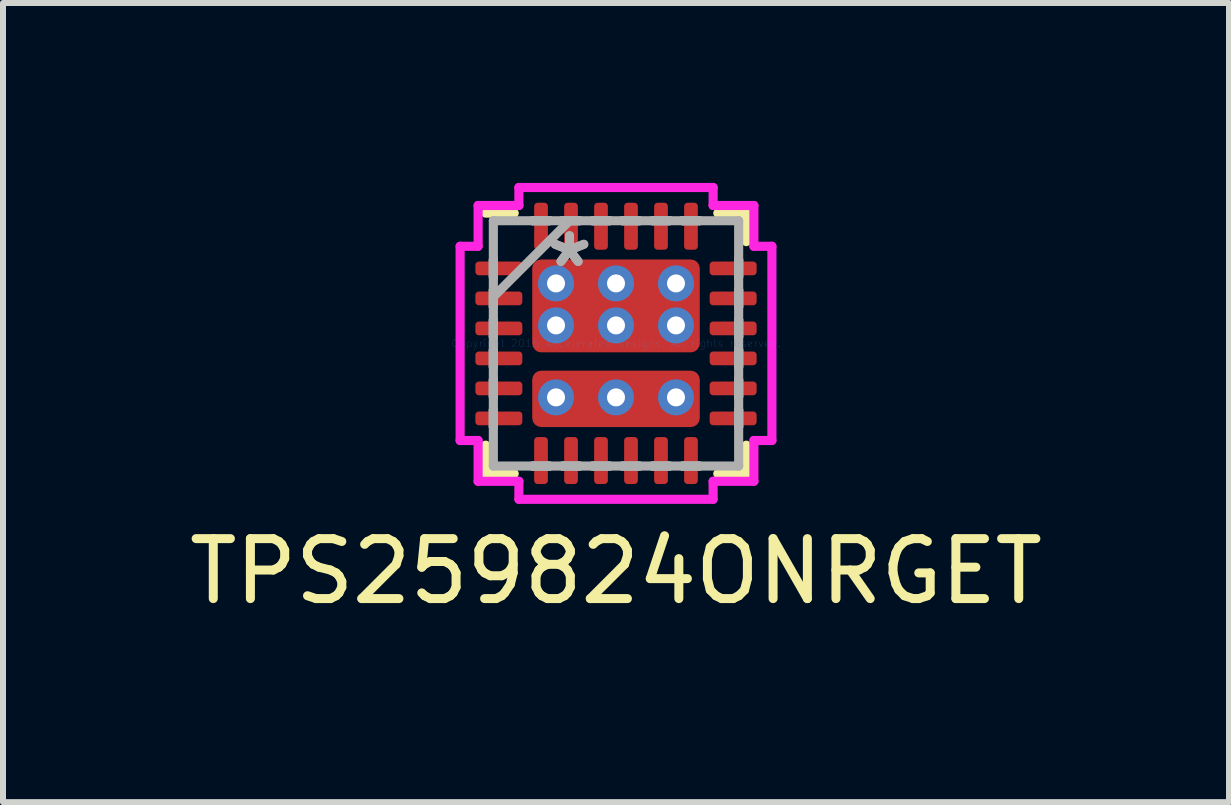
<source format=kicad_pcb>
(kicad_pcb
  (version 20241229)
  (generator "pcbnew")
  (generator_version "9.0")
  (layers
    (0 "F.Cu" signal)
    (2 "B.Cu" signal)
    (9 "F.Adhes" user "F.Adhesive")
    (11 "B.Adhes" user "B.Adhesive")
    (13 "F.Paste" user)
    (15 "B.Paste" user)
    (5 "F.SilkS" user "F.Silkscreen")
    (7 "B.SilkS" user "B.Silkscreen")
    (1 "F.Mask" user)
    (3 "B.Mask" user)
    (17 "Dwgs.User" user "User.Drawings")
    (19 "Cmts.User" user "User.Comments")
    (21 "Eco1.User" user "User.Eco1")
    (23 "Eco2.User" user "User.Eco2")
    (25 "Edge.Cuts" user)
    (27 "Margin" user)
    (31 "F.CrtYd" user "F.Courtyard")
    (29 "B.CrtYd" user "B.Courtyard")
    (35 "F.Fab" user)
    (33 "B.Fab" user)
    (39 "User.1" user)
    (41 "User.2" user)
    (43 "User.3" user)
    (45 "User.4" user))
  (footprint "TPS259824ONRGET"
    (layer "F.Cu")
    (at 7.22 2.675)
    (property "Reference" "TPS259824ONRGET" (at 0 3.8 0) (layer "F.SilkS") (effects (font (size 1 1) (thickness 0.15))))
    (attr through_hole)
    (fp_line (start -2.172 1.697) (end -2.172 2.172) (stroke (width 0.152) (type solid)) (layer "F.SilkS"))
    (fp_line (start -2.172 2.172) (end -1.697 2.172) (stroke (width 0.152) (type solid)) (layer "F.SilkS"))
    (fp_line (start -1.697 -2.172) (end -2.172 -2.172) (stroke (width 0.152) (type solid)) (layer "F.SilkS"))
    (fp_line (start 1.697 2.172) (end 2.172 2.172) (stroke (width 0.152) (type solid)) (layer "F.SilkS"))
    (fp_line (start 2.172 -2.172) (end 1.697 -2.172) (stroke (width 0.152) (type solid)) (layer "F.SilkS"))
    (fp_line (start 2.172 -1.697) (end 2.172 -2.172) (stroke (width 0.152) (type solid)) (layer "F.SilkS"))
    (fp_line (start 2.172 2.172) (end 2.172 1.697) (stroke (width 0.152) (type solid)) (layer "F.SilkS"))
    (fp_poly (pts (xy -0.15 0.05) (xy -1.3 0.05) (xy -1.3 -1.3) (xy -0.15 -1.3)) (stroke (width 0.1) (type solid)) (fill yes) (layer "F.Paste"))
    (fp_poly (pts (xy -0.15 1.3) (xy -1.3 1.3) (xy -1.3 0.55) (xy -0.15 0.55)) (stroke (width 0.1) (type solid)) (fill yes) (layer "F.Paste"))
    (fp_poly (pts (xy 1.3 0.05) (xy 0.15 0.05) (xy 0.15 -1.3) (xy 1.3 -1.3)) (stroke (width 0.1) (type solid)) (fill yes) (layer "F.Paste"))
    (fp_poly (pts (xy 1.3 1.3) (xy 0.15 1.3) (xy 0.15 0.55) (xy 1.3 0.55)) (stroke (width 0.1) (type solid)) (fill yes) (layer "F.Paste"))
    (fp_line (start -2.599 -1.619) (end -2.299 -1.619) (stroke (width 0.152) (type solid)) (layer "F.CrtYd"))
    (fp_line (start -2.599 1.619) (end -2.599 -1.619) (stroke (width 0.152) (type solid)) (layer "F.CrtYd"))
    (fp_line (start -2.299 -2.299) (end -1.619 -2.299) (stroke (width 0.152) (type solid)) (layer "F.CrtYd"))
    (fp_line (start -2.299 -1.619) (end -2.299 -2.299) (stroke (width 0.152) (type solid)) (layer "F.CrtYd"))
    (fp_line (start -2.299 1.619) (end -2.599 1.619) (stroke (width 0.152) (type solid)) (layer "F.CrtYd"))
    (fp_line (start -2.299 2.299) (end -2.299 1.619) (stroke (width 0.152) (type solid)) (layer "F.CrtYd"))
    (fp_line (start -1.619 -2.599) (end 1.619 -2.599) (stroke (width 0.152) (type solid)) (layer "F.CrtYd"))
    (fp_line (start -1.619 -2.299) (end -1.619 -2.599) (stroke (width 0.152) (type solid)) (layer "F.CrtYd"))
    (fp_line (start -1.619 2.299) (end -2.299 2.299) (stroke (width 0.152) (type solid)) (layer "F.CrtYd"))
    (fp_line (start -1.619 2.599) (end -1.619 2.299) (stroke (width 0.152) (type solid)) (layer "F.CrtYd"))
    (fp_line (start 1.619 -2.599) (end 1.619 -2.299) (stroke (width 0.152) (type solid)) (layer "F.CrtYd"))
    (fp_line (start 1.619 -2.299) (end 2.299 -2.299) (stroke (width 0.152) (type solid)) (layer "F.CrtYd"))
    (fp_line (start 1.619 2.299) (end 1.619 2.599) (stroke (width 0.152) (type solid)) (layer "F.CrtYd"))
    (fp_line (start 1.619 2.599) (end -1.619 2.599) (stroke (width 0.152) (type solid)) (layer "F.CrtYd"))
    (fp_line (start 2.299 -2.299) (end 2.299 -1.619) (stroke (width 0.152) (type solid)) (layer "F.CrtYd"))
    (fp_line (start 2.299 -1.619) (end 2.599 -1.619) (stroke (width 0.152) (type solid)) (layer "F.CrtYd"))
    (fp_line (start 2.299 1.619) (end 2.299 2.299) (stroke (width 0.152) (type solid)) (layer "F.CrtYd"))
    (fp_line (start 2.299 2.299) (end 1.619 2.299) (stroke (width 0.152) (type solid)) (layer "F.CrtYd"))
    (fp_line (start 2.599 -1.619) (end 2.599 1.619) (stroke (width 0.152) (type solid)) (layer "F.CrtYd"))
    (fp_line (start 2.599 1.619) (end 2.299 1.619) (stroke (width 0.152) (type solid)) (layer "F.CrtYd"))
    (fp_line (start -2.045 -2.045) (end -2.045 2.045) (stroke (width 0.152) (type solid)) (layer "F.Fab"))
    (fp_line (start -2.045 -1.39) (end -2.045 -1.39) (stroke (width 0.152) (type solid)) (layer "F.Fab"))
    (fp_line (start -2.045 -1.39) (end -2.045 -1.11) (stroke (width 0.152) (type solid)) (layer "F.Fab"))
    (fp_line (start -2.045 -1.11) (end -2.045 -1.39) (stroke (width 0.152) (type solid)) (layer "F.Fab"))
    (fp_line (start -2.045 -1.11) (end -2.045 -1.11) (stroke (width 0.152) (type solid)) (layer "F.Fab"))
    (fp_line (start -2.045 -0.89) (end -2.045 -0.89) (stroke (width 0.152) (type solid)) (layer "F.Fab"))
    (fp_line (start -2.045 -0.89) (end -2.045 -0.61) (stroke (width 0.152) (type solid)) (layer "F.Fab"))
    (fp_line (start -2.045 -0.775) (end -0.775 -2.045) (stroke (width 0.152) (type solid)) (layer "F.Fab"))
    (fp_line (start -2.045 -0.61) (end -2.045 -0.89) (stroke (width 0.152) (type solid)) (layer "F.Fab"))
    (fp_line (start -2.045 -0.61) (end -2.045 -0.61) (stroke (width 0.152) (type solid)) (layer "F.Fab"))
    (fp_line (start -2.045 -0.39) (end -2.045 -0.39) (stroke (width 0.152) (type solid)) (layer "F.Fab"))
    (fp_line (start -2.045 -0.39) (end -2.045 -0.11) (stroke (width 0.152) (type solid)) (layer "F.Fab"))
    (fp_line (start -2.045 -0.11) (end -2.045 -0.39) (stroke (width 0.152) (type solid)) (layer "F.Fab"))
    (fp_line (start -2.045 -0.11) (end -2.045 -0.11) (stroke (width 0.152) (type solid)) (layer "F.Fab"))
    (fp_line (start -2.045 0.11) (end -2.045 0.11) (stroke (width 0.152) (type solid)) (layer "F.Fab"))
    (fp_line (start -2.045 0.11) (end -2.045 0.39) (stroke (width 0.152) (type solid)) (layer "F.Fab"))
    (fp_line (start -2.045 0.39) (end -2.045 0.11) (stroke (width 0.152) (type solid)) (layer "F.Fab"))
    (fp_line (start -2.045 0.39) (end -2.045 0.39) (stroke (width 0.152) (type solid)) (layer "F.Fab"))
    (fp_line (start -2.045 0.61) (end -2.045 0.61) (stroke (width 0.152) (type solid)) (layer "F.Fab"))
    (fp_line (start -2.045 0.61) (end -2.045 0.89) (stroke (width 0.152) (type solid)) (layer "F.Fab"))
    (fp_line (start -2.045 0.89) (end -2.045 0.61) (stroke (width 0.152) (type solid)) (layer "F.Fab"))
    (fp_line (start -2.045 0.89) (end -2.045 0.89) (stroke (width 0.152) (type solid)) (layer "F.Fab"))
    (fp_line (start -2.045 1.11) (end -2.045 1.11) (stroke (width 0.152) (type solid)) (layer "F.Fab"))
    (fp_line (start -2.045 1.11) (end -2.045 1.39) (stroke (width 0.152) (type solid)) (layer "F.Fab"))
    (fp_line (start -2.045 1.39) (end -2.045 1.11) (stroke (width 0.152) (type solid)) (layer "F.Fab"))
    (fp_line (start -2.045 1.39) (end -2.045 1.39) (stroke (width 0.152) (type solid)) (layer "F.Fab"))
    (fp_line (start -2.045 2.045) (end 2.045 2.045) (stroke (width 0.152) (type solid)) (layer "F.Fab"))
    (fp_line (start -1.39 -2.045) (end -1.39 -2.045) (stroke (width 0.152) (type solid)) (layer "F.Fab"))
    (fp_line (start -1.39 -2.045) (end -1.11 -2.045) (stroke (width 0.152) (type solid)) (layer "F.Fab"))
    (fp_line (start -1.39 2.045) (end -1.39 2.045) (stroke (width 0.152) (type solid)) (layer "F.Fab"))
    (fp_line (start -1.39 2.045) (end -1.11 2.045) (stroke (width 0.152) (type solid)) (layer "F.Fab"))
    (fp_line (start -1.11 -2.045) (end -1.39 -2.045) (stroke (width 0.152) (type solid)) (layer "F.Fab"))
    (fp_line (start -1.11 -2.045) (end -1.11 -2.045) (stroke (width 0.152) (type solid)) (layer "F.Fab"))
    (fp_line (start -1.11 2.045) (end -1.39 2.045) (stroke (width 0.152) (type solid)) (layer "F.Fab"))
    (fp_line (start -1.11 2.045) (end -1.11 2.045) (stroke (width 0.152) (type solid)) (layer "F.Fab"))
    (fp_line (start -0.89 -2.045) (end -0.89 -2.045) (stroke (width 0.152) (type solid)) (layer "F.Fab"))
    (fp_line (start -0.89 -2.045) (end -0.61 -2.045) (stroke (width 0.152) (type solid)) (layer "F.Fab"))
    (fp_line (start -0.89 2.045) (end -0.89 2.045) (stroke (width 0.152) (type solid)) (layer "F.Fab"))
    (fp_line (start -0.89 2.045) (end -0.61 2.045) (stroke (width 0.152) (type solid)) (layer "F.Fab"))
    (fp_line (start -0.61 -2.045) (end -0.89 -2.045) (stroke (width 0.152) (type solid)) (layer "F.Fab"))
    (fp_line (start -0.61 -2.045) (end -0.61 -2.045) (stroke (width 0.152) (type solid)) (layer "F.Fab"))
    (fp_line (start -0.61 2.045) (end -0.89 2.045) (stroke (width 0.152) (type solid)) (layer "F.Fab"))
    (fp_line (start -0.61 2.045) (end -0.61 2.045) (stroke (width 0.152) (type solid)) (layer "F.Fab"))
    (fp_line (start -0.39 -2.045) (end -0.39 -2.045) (stroke (width 0.152) (type solid)) (layer "F.Fab"))
    (fp_line (start -0.39 -2.045) (end -0.11 -2.045) (stroke (width 0.152) (type solid)) (layer "F.Fab"))
    (fp_line (start -0.39 2.045) (end -0.39 2.045) (stroke (width 0.152) (type solid)) (layer "F.Fab"))
    (fp_line (start -0.39 2.045) (end -0.11 2.045) (stroke (width 0.152) (type solid)) (layer "F.Fab"))
    (fp_line (start -0.11 -2.045) (end -0.39 -2.045) (stroke (width 0.152) (type solid)) (layer "F.Fab"))
    (fp_line (start -0.11 -2.045) (end -0.11 -2.045) (stroke (width 0.152) (type solid)) (layer "F.Fab"))
    (fp_line (start -0.11 2.045) (end -0.39 2.045) (stroke (width 0.152) (type solid)) (layer "F.Fab"))
    (fp_line (start -0.11 2.045) (end -0.11 2.045) (stroke (width 0.152) (type solid)) (layer "F.Fab"))
    (fp_line (start 0.11 -2.045) (end 0.11 -2.045) (stroke (width 0.152) (type solid)) (layer "F.Fab"))
    (fp_line (start 0.11 -2.045) (end 0.39 -2.045) (stroke (width 0.152) (type solid)) (layer "F.Fab"))
    (fp_line (start 0.11 2.045) (end 0.11 2.045) (stroke (width 0.152) (type solid)) (layer "F.Fab"))
    (fp_line (start 0.11 2.045) (end 0.39 2.045) (stroke (width 0.152) (type solid)) (layer "F.Fab"))
    (fp_line (start 0.39 -2.045) (end 0.11 -2.045) (stroke (width 0.152) (type solid)) (layer "F.Fab"))
    (fp_line (start 0.39 -2.045) (end 0.39 -2.045) (stroke (width 0.152) (type solid)) (layer "F.Fab"))
    (fp_line (start 0.39 2.045) (end 0.11 2.045) (stroke (width 0.152) (type solid)) (layer "F.Fab"))
    (fp_line (start 0.39 2.045) (end 0.39 2.045) (stroke (width 0.152) (type solid)) (layer "F.Fab"))
    (fp_line (start 0.61 -2.045) (end 0.61 -2.045) (stroke (width 0.152) (type solid)) (layer "F.Fab"))
    (fp_line (start 0.61 -2.045) (end 0.89 -2.045) (stroke (width 0.152) (type solid)) (layer "F.Fab"))
    (fp_line (start 0.61 2.045) (end 0.61 2.045) (stroke (width 0.152) (type solid)) (layer "F.Fab"))
    (fp_line (start 0.61 2.045) (end 0.89 2.045) (stroke (width 0.152) (type solid)) (layer "F.Fab"))
    (fp_line (start 0.89 -2.045) (end 0.61 -2.045) (stroke (width 0.152) (type solid)) (layer "F.Fab"))
    (fp_line (start 0.89 -2.045) (end 0.89 -2.045) (stroke (width 0.152) (type solid)) (layer "F.Fab"))
    (fp_line (start 0.89 2.045) (end 0.61 2.045) (stroke (width 0.152) (type solid)) (layer "F.Fab"))
    (fp_line (start 0.89 2.045) (end 0.89 2.045) (stroke (width 0.152) (type solid)) (layer "F.Fab"))
    (fp_line (start 1.11 -2.045) (end 1.11 -2.045) (stroke (width 0.152) (type solid)) (layer "F.Fab"))
    (fp_line (start 1.11 -2.045) (end 1.39 -2.045) (stroke (width 0.152) (type solid)) (layer "F.Fab"))
    (fp_line (start 1.11 2.045) (end 1.11 2.045) (stroke (width 0.152) (type solid)) (layer "F.Fab"))
    (fp_line (start 1.11 2.045) (end 1.39 2.045) (stroke (width 0.152) (type solid)) (layer "F.Fab"))
    (fp_line (start 1.39 -2.045) (end 1.11 -2.045) (stroke (width 0.152) (type solid)) (layer "F.Fab"))
    (fp_line (start 1.39 -2.045) (end 1.39 -2.045) (stroke (width 0.152) (type solid)) (layer "F.Fab"))
    (fp_line (start 1.39 2.045) (end 1.11 2.045) (stroke (width 0.152) (type solid)) (layer "F.Fab"))
    (fp_line (start 1.39 2.045) (end 1.39 2.045) (stroke (width 0.152) (type solid)) (layer "F.Fab"))
    (fp_line (start 2.045 -2.045) (end -2.045 -2.045) (stroke (width 0.152) (type solid)) (layer "F.Fab"))
    (fp_line (start 2.045 -1.39) (end 2.045 -1.39) (stroke (width 0.152) (type solid)) (layer "F.Fab"))
    (fp_line (start 2.045 -1.39) (end 2.045 -1.11) (stroke (width 0.152) (type solid)) (layer "F.Fab"))
    (fp_line (start 2.045 -1.11) (end 2.045 -1.39) (stroke (width 0.152) (type solid)) (layer "F.Fab"))
    (fp_line (start 2.045 -1.11) (end 2.045 -1.11) (stroke (width 0.152) (type solid)) (layer "F.Fab"))
    (fp_line (start 2.045 -0.89) (end 2.045 -0.89) (stroke (width 0.152) (type solid)) (layer "F.Fab"))
    (fp_line (start 2.045 -0.89) (end 2.045 -0.61) (stroke (width 0.152) (type solid)) (layer "F.Fab"))
    (fp_line (start 2.045 -0.61) (end 2.045 -0.89) (stroke (width 0.152) (type solid)) (layer "F.Fab"))
    (fp_line (start 2.045 -0.61) (end 2.045 -0.61) (stroke (width 0.152) (type solid)) (layer "F.Fab"))
    (fp_line (start 2.045 -0.39) (end 2.045 -0.39) (stroke (width 0.152) (type solid)) (layer "F.Fab"))
    (fp_line (start 2.045 -0.39) (end 2.045 -0.11) (stroke (width 0.152) (type solid)) (layer "F.Fab"))
    (fp_line (start 2.045 -0.11) (end 2.045 -0.39) (stroke (width 0.152) (type solid)) (layer "F.Fab"))
    (fp_line (start 2.045 -0.11) (end 2.045 -0.11) (stroke (width 0.152) (type solid)) (layer "F.Fab"))
    (fp_line (start 2.045 0.11) (end 2.045 0.11) (stroke (width 0.152) (type solid)) (layer "F.Fab"))
    (fp_line (start 2.045 0.11) (end 2.045 0.39) (stroke (width 0.152) (type solid)) (layer "F.Fab"))
    (fp_line (start 2.045 0.39) (end 2.045 0.11) (stroke (width 0.152) (type solid)) (layer "F.Fab"))
    (fp_line (start 2.045 0.39) (end 2.045 0.39) (stroke (width 0.152) (type solid)) (layer "F.Fab"))
    (fp_line (start 2.045 0.61) (end 2.045 0.61) (stroke (width 0.152) (type solid)) (layer "F.Fab"))
    (fp_line (start 2.045 0.61) (end 2.045 0.89) (stroke (width 0.152) (type solid)) (layer "F.Fab"))
    (fp_line (start 2.045 0.89) (end 2.045 0.61) (stroke (width 0.152) (type solid)) (layer "F.Fab"))
    (fp_line (start 2.045 0.89) (end 2.045 0.89) (stroke (width 0.152) (type solid)) (layer "F.Fab"))
    (fp_line (start 2.045 1.11) (end 2.045 1.11) (stroke (width 0.152) (type solid)) (layer "F.Fab"))
    (fp_line (start 2.045 1.11) (end 2.045 1.39) (stroke (width 0.152) (type solid)) (layer "F.Fab"))
    (fp_line (start 2.045 1.39) (end 2.045 1.11) (stroke (width 0.152) (type solid)) (layer "F.Fab"))
    (fp_line (start 2.045 1.39) (end 2.045 1.39) (stroke (width 0.152) (type solid)) (layer "F.Fab"))
    (fp_line (start 2.045 2.045) (end 2.045 -2.045) (stroke (width 0.152) (type solid)) (layer "F.Fab"))
    (fp_text user "Copyright 2016 Accelerated Designs. All rights reserved." (at 0 0 0) (layer "Cmts.User") (effects (font (size 0.127 0.127) (thickness 0.002))))
    (fp_text user "*" (at -0.775 -1.25 0) (layer "F.Fab") (effects (font (size 1 1) (thickness 0.15))))
    (fp_text user "*" (at -0.775 -1.25 0) (layer "F.Fab") (effects (font (size 1 1) (thickness 0.15))))
    (pad "1" smd roundrect (at -1.953 -1.25 90) (size 0.229 0.783) (layers "F.Cu" "F.Mask" "F.Paste") (roundrect_rratio 0.25))
    (pad "2" smd roundrect (at -1.953 -0.75 90) (size 0.229 0.783) (layers "F.Cu" "F.Mask" "F.Paste") (roundrect_rratio 0.25))
    (pad "3" smd roundrect (at -1.953 -0.25 90) (size 0.229 0.783) (layers "F.Cu" "F.Mask" "F.Paste") (roundrect_rratio 0.25))
    (pad "4" smd roundrect (at -1.953 0.25 90) (size 0.229 0.783) (layers "F.Cu" "F.Mask" "F.Paste") (roundrect_rratio 0.25))
    (pad "5" smd roundrect (at -1.953 0.75 90) (size 0.229 0.783) (layers "F.Cu" "F.Mask" "F.Paste") (roundrect_rratio 0.25))
    (pad "6" smd roundrect (at -1.953 1.25 90) (size 0.229 0.783) (layers "F.Cu" "F.Mask" "F.Paste") (roundrect_rratio 0.25))
    (pad "7" smd roundrect (at -1.25 1.953) (size 0.229 0.783) (layers "F.Cu" "F.Mask" "F.Paste") (roundrect_rratio 0.25))
    (pad "8" smd roundrect (at -0.75 1.953) (size 0.229 0.783) (layers "F.Cu" "F.Mask" "F.Paste") (roundrect_rratio 0.25))
    (pad "9" smd roundrect (at -0.25 1.953) (size 0.229 0.783) (layers "F.Cu" "F.Mask" "F.Paste") (roundrect_rratio 0.25))
    (pad "10" smd roundrect (at 0.25 1.953) (size 0.229 0.783) (layers "F.Cu" "F.Mask" "F.Paste") (roundrect_rratio 0.25))
    (pad "11" smd roundrect (at 0.75 1.953) (size 0.229 0.783) (layers "F.Cu" "F.Mask" "F.Paste") (roundrect_rratio 0.25))
    (pad "12" smd roundrect (at 1.25 1.953) (size 0.229 0.783) (layers "F.Cu" "F.Mask" "F.Paste") (roundrect_rratio 0.25))
    (pad "13" smd roundrect (at 1.953 1.25 90) (size 0.229 0.783) (layers "F.Cu" "F.Mask" "F.Paste") (roundrect_rratio 0.25))
    (pad "14" smd roundrect (at 1.953 0.75 90) (size 0.229 0.783) (layers "F.Cu" "F.Mask" "F.Paste") (roundrect_rratio 0.25))
    (pad "15" smd roundrect (at 1.953 0.25 90) (size 0.229 0.783) (layers "F.Cu" "F.Mask" "F.Paste") (roundrect_rratio 0.25))
    (pad "16" smd roundrect (at 1.953 -0.25 90) (size 0.229 0.783) (layers "F.Cu" "F.Mask" "F.Paste") (roundrect_rratio 0.25))
    (pad "17" smd roundrect (at 1.953 -0.75 90) (size 0.229 0.783) (layers "F.Cu" "F.Mask" "F.Paste") (roundrect_rratio 0.25))
    (pad "18" smd roundrect (at 1.953 -1.25 90) (size 0.229 0.783) (layers "F.Cu" "F.Mask" "F.Paste") (roundrect_rratio 0.25))
    (pad "19" smd roundrect (at 1.25 -1.953) (size 0.229 0.783) (layers "F.Cu" "F.Mask" "F.Paste") (roundrect_rratio 0.25))
    (pad "20" smd roundrect (at 0.75 -1.953) (size 0.229 0.783) (layers "F.Cu" "F.Mask" "F.Paste") (roundrect_rratio 0.25))
    (pad "21" smd roundrect (at 0.25 -1.953) (size 0.229 0.783) (layers "F.Cu" "F.Mask" "F.Paste") (roundrect_rratio 0.25))
    (pad "22" smd roundrect (at -0.25 -1.953) (size 0.229 0.783) (layers "F.Cu" "F.Mask" "F.Paste") (roundrect_rratio 0.25))
    (pad "23" smd roundrect (at -0.75 -1.953) (size 0.229 0.783) (layers "F.Cu" "F.Mask" "F.Paste") (roundrect_rratio 0.25))
    (pad "24" smd roundrect (at -1.25 -1.953) (size 0.229 0.783) (layers "F.Cu" "F.Mask" "F.Paste") (roundrect_rratio 0.25))
    (pad "25" thru_hole circle (at -1 -1) (size 0.6 0.6) (drill 0.3) (layers "*.Cu" "*.Mask"))
    (pad "25" thru_hole circle (at -1 -0.3) (size 0.6 0.6) (drill 0.3) (layers "*.Cu" "*.Mask"))
    (pad "25" thru_hole circle (at 0 -1) (size 0.6 0.6) (drill 0.3) (layers "*.Cu" "*.Mask"))
    (pad "25" smd roundrect (at 0 -0.625) (size 2.794 1.549) (layers "F.Cu" "F.Mask") (roundrect_rratio 0.097))
    (pad "25" thru_hole circle (at 0 -0.3) (size 0.6 0.6) (drill 0.3) (layers "*.Cu" "*.Mask"))
    (pad "25" thru_hole circle (at 1 -1) (size 0.6 0.6) (drill 0.3) (layers "*.Cu" "*.Mask"))
    (pad "25" thru_hole circle (at 1 -0.3) (size 0.6 0.6) (drill 0.3) (layers "*.Cu" "*.Mask"))
    (pad "26" thru_hole circle (at -1 0.9) (size 0.6 0.6) (drill 0.3) (layers "*.Cu" "*.Mask"))
    (pad "26" thru_hole circle (at 0 0.9) (size 0.6 0.6) (drill 0.3) (layers "*.Cu" "*.Mask"))
    (pad "26" smd roundrect (at 0 0.925) (size 2.794 0.94) (layers "F.Cu" "F.Mask") (roundrect_rratio 0.16))
    (pad "26" thru_hole circle (at 1 0.9) (size 0.6 0.6) (drill 0.3) (layers "*.Cu" "*.Mask")))
  (gr_rect
    (start -3 -3)
    (end 17.44 10.323)
    (stroke (width 0.1) (type default))
    (fill no)
    (layer "Edge.Cuts")))
</source>
